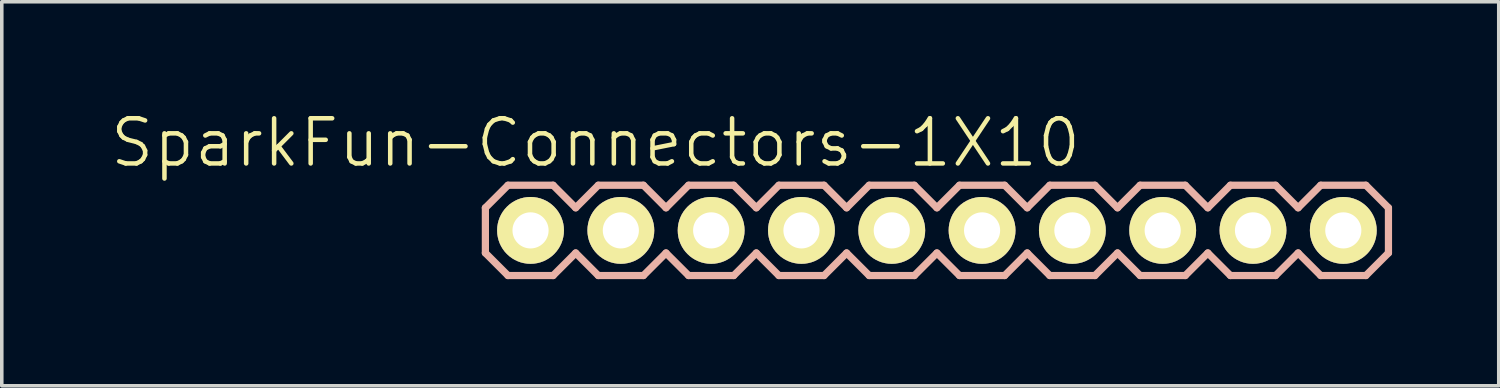
<source format=kicad_pcb>
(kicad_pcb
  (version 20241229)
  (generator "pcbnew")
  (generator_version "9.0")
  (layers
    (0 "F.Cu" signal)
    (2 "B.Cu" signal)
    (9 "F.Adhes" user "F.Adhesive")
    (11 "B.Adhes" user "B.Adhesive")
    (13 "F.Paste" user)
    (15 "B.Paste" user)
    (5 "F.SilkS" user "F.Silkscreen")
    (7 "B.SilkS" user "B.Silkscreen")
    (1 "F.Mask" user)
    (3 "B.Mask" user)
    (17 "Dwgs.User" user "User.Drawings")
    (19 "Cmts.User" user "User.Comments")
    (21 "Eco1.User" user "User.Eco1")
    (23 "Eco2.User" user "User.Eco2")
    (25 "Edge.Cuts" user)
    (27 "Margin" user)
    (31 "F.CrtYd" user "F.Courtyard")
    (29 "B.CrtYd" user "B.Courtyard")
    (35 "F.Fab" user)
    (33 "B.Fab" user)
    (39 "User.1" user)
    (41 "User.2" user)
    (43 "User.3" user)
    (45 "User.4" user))
  (footprint "SparkFun-Connectors-1X10"
    (layer "F.Cu")
    (at 11.872 3.43)
    (property "Reference" "SparkFun-Connectors-1X10" (at 1.829 -2.464 0) (layer "F.SilkS") (effects (font (size 1.27 1.27) (thickness 0.127))))
    (attr exclude_from_pos_files exclude_from_bom)
    (fp_line (start -0.254 -0.254) (end 0.254 -0.254) (stroke (width 0.066) (type solid)) (layer "F.SilkS"))
    (fp_line (start -0.254 0.254) (end -0.254 -0.254) (stroke (width 0.066) (type solid)) (layer "F.SilkS"))
    (fp_line (start -0.254 0.254) (end 0.254 0.254) (stroke (width 0.066) (type solid)) (layer "F.SilkS"))
    (fp_line (start 0.254 0.254) (end 0.254 -0.254) (stroke (width 0.066) (type solid)) (layer "F.SilkS"))
    (fp_line (start 2.286 -0.254) (end 2.794 -0.254) (stroke (width 0.066) (type solid)) (layer "F.SilkS"))
    (fp_line (start 2.286 0.254) (end 2.286 -0.254) (stroke (width 0.066) (type solid)) (layer "F.SilkS"))
    (fp_line (start 2.286 0.254) (end 2.794 0.254) (stroke (width 0.066) (type solid)) (layer "F.SilkS"))
    (fp_line (start 2.794 0.254) (end 2.794 -0.254) (stroke (width 0.066) (type solid)) (layer "F.SilkS"))
    (fp_line (start 4.826 -0.254) (end 5.334 -0.254) (stroke (width 0.066) (type solid)) (layer "F.SilkS"))
    (fp_line (start 4.826 0.254) (end 4.826 -0.254) (stroke (width 0.066) (type solid)) (layer "F.SilkS"))
    (fp_line (start 4.826 0.254) (end 5.334 0.254) (stroke (width 0.066) (type solid)) (layer "F.SilkS"))
    (fp_line (start 5.334 0.254) (end 5.334 -0.254) (stroke (width 0.066) (type solid)) (layer "F.SilkS"))
    (fp_line (start 7.366 -0.254) (end 7.874 -0.254) (stroke (width 0.066) (type solid)) (layer "F.SilkS"))
    (fp_line (start 7.366 0.254) (end 7.366 -0.254) (stroke (width 0.066) (type solid)) (layer "F.SilkS"))
    (fp_line (start 7.366 0.254) (end 7.874 0.254) (stroke (width 0.066) (type solid)) (layer "F.SilkS"))
    (fp_line (start 7.874 0.254) (end 7.874 -0.254) (stroke (width 0.066) (type solid)) (layer "F.SilkS"))
    (fp_line (start 9.906 -0.254) (end 10.414 -0.254) (stroke (width 0.066) (type solid)) (layer "F.SilkS"))
    (fp_line (start 9.906 0.254) (end 9.906 -0.254) (stroke (width 0.066) (type solid)) (layer "F.SilkS"))
    (fp_line (start 9.906 0.254) (end 10.414 0.254) (stroke (width 0.066) (type solid)) (layer "F.SilkS"))
    (fp_line (start 10.414 0.254) (end 10.414 -0.254) (stroke (width 0.066) (type solid)) (layer "F.SilkS"))
    (fp_line (start 12.446 -0.254) (end 12.954 -0.254) (stroke (width 0.066) (type solid)) (layer "F.SilkS"))
    (fp_line (start 12.446 0.254) (end 12.446 -0.254) (stroke (width 0.066) (type solid)) (layer "F.SilkS"))
    (fp_line (start 12.446 0.254) (end 12.954 0.254) (stroke (width 0.066) (type solid)) (layer "F.SilkS"))
    (fp_line (start 12.954 0.254) (end 12.954 -0.254) (stroke (width 0.066) (type solid)) (layer "F.SilkS"))
    (fp_line (start 14.986 -0.254) (end 15.494 -0.254) (stroke (width 0.066) (type solid)) (layer "F.SilkS"))
    (fp_line (start 14.986 0.254) (end 14.986 -0.254) (stroke (width 0.066) (type solid)) (layer "F.SilkS"))
    (fp_line (start 14.986 0.254) (end 15.494 0.254) (stroke (width 0.066) (type solid)) (layer "F.SilkS"))
    (fp_line (start 15.494 0.254) (end 15.494 -0.254) (stroke (width 0.066) (type solid)) (layer "F.SilkS"))
    (fp_line (start 17.523 -0.254) (end 18.034 -0.254) (stroke (width 0.066) (type solid)) (layer "F.SilkS"))
    (fp_line (start 17.523 0.254) (end 17.523 -0.254) (stroke (width 0.066) (type solid)) (layer "F.SilkS"))
    (fp_line (start 17.523 0.254) (end 18.034 0.254) (stroke (width 0.066) (type solid)) (layer "F.SilkS"))
    (fp_line (start 18.034 0.254) (end 18.034 -0.254) (stroke (width 0.066) (type solid)) (layer "F.SilkS"))
    (fp_line (start 20.066 -0.254) (end 20.574 -0.254) (stroke (width 0.066) (type solid)) (layer "F.SilkS"))
    (fp_line (start 20.066 0.254) (end 20.066 -0.254) (stroke (width 0.066) (type solid)) (layer "F.SilkS"))
    (fp_line (start 20.066 0.254) (end 20.574 0.254) (stroke (width 0.066) (type solid)) (layer "F.SilkS"))
    (fp_line (start 20.574 0.254) (end 20.574 -0.254) (stroke (width 0.066) (type solid)) (layer "F.SilkS"))
    (fp_line (start 22.606 -0.254) (end 23.114 -0.254) (stroke (width 0.066) (type solid)) (layer "F.SilkS"))
    (fp_line (start 22.606 0.254) (end 22.606 -0.254) (stroke (width 0.066) (type solid)) (layer "F.SilkS"))
    (fp_line (start 22.606 0.254) (end 23.114 0.254) (stroke (width 0.066) (type solid)) (layer "F.SilkS"))
    (fp_line (start 23.114 0.254) (end 23.114 -0.254) (stroke (width 0.066) (type solid)) (layer "F.SilkS"))
    (fp_line (start -1.27 -0.635) (end -1.27 0.635) (stroke (width 0.203) (type solid)) (layer "B.SilkS"))
    (fp_line (start -1.27 0.635) (end -0.635 1.27) (stroke (width 0.203) (type solid)) (layer "B.SilkS"))
    (fp_line (start -0.635 -1.27) (end -1.27 -0.635) (stroke (width 0.203) (type solid)) (layer "B.SilkS"))
    (fp_line (start -0.635 -1.27) (end 0.635 -1.27) (stroke (width 0.203) (type solid)) (layer "B.SilkS"))
    (fp_line (start 0.635 -1.27) (end 1.27 -0.635) (stroke (width 0.203) (type solid)) (layer "B.SilkS"))
    (fp_line (start 0.635 1.27) (end -0.635 1.27) (stroke (width 0.203) (type solid)) (layer "B.SilkS"))
    (fp_line (start 1.27 -0.635) (end 1.905 -1.27) (stroke (width 0.203) (type solid)) (layer "B.SilkS"))
    (fp_line (start 1.27 0.635) (end 0.635 1.27) (stroke (width 0.203) (type solid)) (layer "B.SilkS"))
    (fp_line (start 1.905 -1.27) (end 3.175 -1.27) (stroke (width 0.203) (type solid)) (layer "B.SilkS"))
    (fp_line (start 1.905 1.27) (end 1.27 0.635) (stroke (width 0.203) (type solid)) (layer "B.SilkS"))
    (fp_line (start 3.175 -1.27) (end 3.81 -0.635) (stroke (width 0.203) (type solid)) (layer "B.SilkS"))
    (fp_line (start 3.175 1.27) (end 1.905 1.27) (stroke (width 0.203) (type solid)) (layer "B.SilkS"))
    (fp_line (start 3.81 -0.635) (end 4.445 -1.27) (stroke (width 0.203) (type solid)) (layer "B.SilkS"))
    (fp_line (start 3.81 0.635) (end 3.175 1.27) (stroke (width 0.203) (type solid)) (layer "B.SilkS"))
    (fp_line (start 4.445 -1.27) (end 5.715 -1.27) (stroke (width 0.203) (type solid)) (layer "B.SilkS"))
    (fp_line (start 4.445 1.27) (end 3.81 0.635) (stroke (width 0.203) (type solid)) (layer "B.SilkS"))
    (fp_line (start 5.715 -1.27) (end 6.35 -0.635) (stroke (width 0.203) (type solid)) (layer "B.SilkS"))
    (fp_line (start 5.715 1.27) (end 4.445 1.27) (stroke (width 0.203) (type solid)) (layer "B.SilkS"))
    (fp_line (start 6.35 0.635) (end 5.715 1.27) (stroke (width 0.203) (type solid)) (layer "B.SilkS"))
    (fp_line (start 6.35 0.635) (end 6.985 1.27) (stroke (width 0.203) (type solid)) (layer "B.SilkS"))
    (fp_line (start 6.985 -1.27) (end 6.35 -0.635) (stroke (width 0.203) (type solid)) (layer "B.SilkS"))
    (fp_line (start 6.985 -1.27) (end 8.255 -1.27) (stroke (width 0.203) (type solid)) (layer "B.SilkS"))
    (fp_line (start 8.255 -1.27) (end 8.89 -0.635) (stroke (width 0.203) (type solid)) (layer "B.SilkS"))
    (fp_line (start 8.255 1.27) (end 6.985 1.27) (stroke (width 0.203) (type solid)) (layer "B.SilkS"))
    (fp_line (start 8.89 -0.635) (end 9.525 -1.27) (stroke (width 0.203) (type solid)) (layer "B.SilkS"))
    (fp_line (start 8.89 0.635) (end 8.255 1.27) (stroke (width 0.203) (type solid)) (layer "B.SilkS"))
    (fp_line (start 9.525 -1.27) (end 10.795 -1.27) (stroke (width 0.203) (type solid)) (layer "B.SilkS"))
    (fp_line (start 9.525 1.27) (end 8.89 0.635) (stroke (width 0.203) (type solid)) (layer "B.SilkS"))
    (fp_line (start 10.795 -1.27) (end 11.43 -0.635) (stroke (width 0.203) (type solid)) (layer "B.SilkS"))
    (fp_line (start 10.795 1.27) (end 9.525 1.27) (stroke (width 0.203) (type solid)) (layer "B.SilkS"))
    (fp_line (start 11.43 -0.635) (end 12.065 -1.27) (stroke (width 0.203) (type solid)) (layer "B.SilkS"))
    (fp_line (start 11.43 0.635) (end 10.795 1.27) (stroke (width 0.203) (type solid)) (layer "B.SilkS"))
    (fp_line (start 12.065 -1.27) (end 13.335 -1.27) (stroke (width 0.203) (type solid)) (layer "B.SilkS"))
    (fp_line (start 12.065 1.27) (end 11.43 0.635) (stroke (width 0.203) (type solid)) (layer "B.SilkS"))
    (fp_line (start 13.335 -1.27) (end 13.97 -0.635) (stroke (width 0.203) (type solid)) (layer "B.SilkS"))
    (fp_line (start 13.335 1.27) (end 12.065 1.27) (stroke (width 0.203) (type solid)) (layer "B.SilkS"))
    (fp_line (start 13.97 0.635) (end 13.335 1.27) (stroke (width 0.203) (type solid)) (layer "B.SilkS"))
    (fp_line (start 13.97 0.635) (end 14.605 1.27) (stroke (width 0.203) (type solid)) (layer "B.SilkS"))
    (fp_line (start 14.605 -1.27) (end 13.97 -0.635) (stroke (width 0.203) (type solid)) (layer "B.SilkS"))
    (fp_line (start 14.605 -1.27) (end 15.875 -1.27) (stroke (width 0.203) (type solid)) (layer "B.SilkS"))
    (fp_line (start 15.875 -1.27) (end 16.51 -0.635) (stroke (width 0.203) (type solid)) (layer "B.SilkS"))
    (fp_line (start 15.875 1.27) (end 14.605 1.27) (stroke (width 0.203) (type solid)) (layer "B.SilkS"))
    (fp_line (start 16.51 0.635) (end 15.875 1.27) (stroke (width 0.203) (type solid)) (layer "B.SilkS"))
    (fp_line (start 16.51 0.635) (end 17.145 1.27) (stroke (width 0.203) (type solid)) (layer "B.SilkS"))
    (fp_line (start 17.145 -1.27) (end 16.51 -0.635) (stroke (width 0.203) (type solid)) (layer "B.SilkS"))
    (fp_line (start 17.145 -1.27) (end 18.415 -1.27) (stroke (width 0.203) (type solid)) (layer "B.SilkS"))
    (fp_line (start 18.415 -1.27) (end 19.05 -0.635) (stroke (width 0.203) (type solid)) (layer "B.SilkS"))
    (fp_line (start 18.415 1.27) (end 17.145 1.27) (stroke (width 0.203) (type solid)) (layer "B.SilkS"))
    (fp_line (start 19.05 0.635) (end 18.415 1.27) (stroke (width 0.203) (type solid)) (layer "B.SilkS"))
    (fp_line (start 19.05 0.635) (end 19.685 1.27) (stroke (width 0.203) (type solid)) (layer "B.SilkS"))
    (fp_line (start 19.685 -1.27) (end 19.05 -0.635) (stroke (width 0.203) (type solid)) (layer "B.SilkS"))
    (fp_line (start 19.685 -1.27) (end 20.955 -1.27) (stroke (width 0.203) (type solid)) (layer "B.SilkS"))
    (fp_line (start 20.955 -1.27) (end 21.59 -0.635) (stroke (width 0.203) (type solid)) (layer "B.SilkS"))
    (fp_line (start 20.955 1.27) (end 19.685 1.27) (stroke (width 0.203) (type solid)) (layer "B.SilkS"))
    (fp_line (start 21.59 0.635) (end 20.955 1.27) (stroke (width 0.203) (type solid)) (layer "B.SilkS"))
    (fp_line (start 21.59 0.635) (end 22.225 1.27) (stroke (width 0.203) (type solid)) (layer "B.SilkS"))
    (fp_line (start 22.225 -1.27) (end 21.59 -0.635) (stroke (width 0.203) (type solid)) (layer "B.SilkS"))
    (fp_line (start 22.225 -1.27) (end 23.495 -1.27) (stroke (width 0.203) (type solid)) (layer "B.SilkS"))
    (fp_line (start 23.495 -1.27) (end 24.13 -0.635) (stroke (width 0.203) (type solid)) (layer "B.SilkS"))
    (fp_line (start 23.495 1.27) (end 22.225 1.27) (stroke (width 0.203) (type solid)) (layer "B.SilkS"))
    (fp_line (start 24.13 -0.635) (end 24.13 0.635) (stroke (width 0.203) (type solid)) (layer "B.SilkS"))
    (fp_line (start 24.13 0.635) (end 23.495 1.27) (stroke (width 0.203) (type solid)) (layer "B.SilkS"))
    (pad "1" thru_hole circle (at 0 0) (size 1.88 1.88) (drill 1.016) (layers "*.Cu" "F.Mask" "F.SilkS" "F.Paste"))
    (pad "2" thru_hole circle (at 2.54 0) (size 1.88 1.88) (drill 1.016) (layers "*.Cu" "F.Mask" "F.SilkS" "F.Paste"))
    (pad "3" thru_hole circle (at 5.08 0) (size 1.88 1.88) (drill 1.016) (layers "*.Cu" "F.Mask" "F.SilkS" "F.Paste"))
    (pad "4" thru_hole circle (at 7.62 0) (size 1.88 1.88) (drill 1.016) (layers "*.Cu" "F.Mask" "F.SilkS" "F.Paste"))
    (pad "5" thru_hole circle (at 10.16 0) (size 1.88 1.88) (drill 1.016) (layers "*.Cu" "F.Mask" "F.SilkS" "F.Paste"))
    (pad "6" thru_hole circle (at 12.7 0) (size 1.88 1.88) (drill 1.016) (layers "*.Cu" "F.Mask" "F.SilkS" "F.Paste"))
    (pad "7" thru_hole circle (at 15.24 0) (size 1.88 1.88) (drill 1.016) (layers "*.Cu" "F.Mask" "F.SilkS" "F.Paste"))
    (pad "8" thru_hole circle (at 17.78 0) (size 1.88 1.88) (drill 1.016) (layers "*.Cu" "F.Mask" "F.SilkS" "F.Paste"))
    (pad "9" thru_hole circle (at 20.32 0) (size 1.88 1.88) (drill 1.016) (layers "*.Cu" "F.Mask" "F.SilkS" "F.Paste"))
    (pad "10" thru_hole circle (at 22.86 0) (size 1.88 1.88) (drill 1.016) (layers "*.Cu" "F.Mask" "F.SilkS" "F.Paste")))
  (gr_rect
    (start -3 -3)
    (end 39.104 7.801)
    (stroke (width 0.1) (type default))
    (fill no)
    (layer "Edge.Cuts")))
</source>
